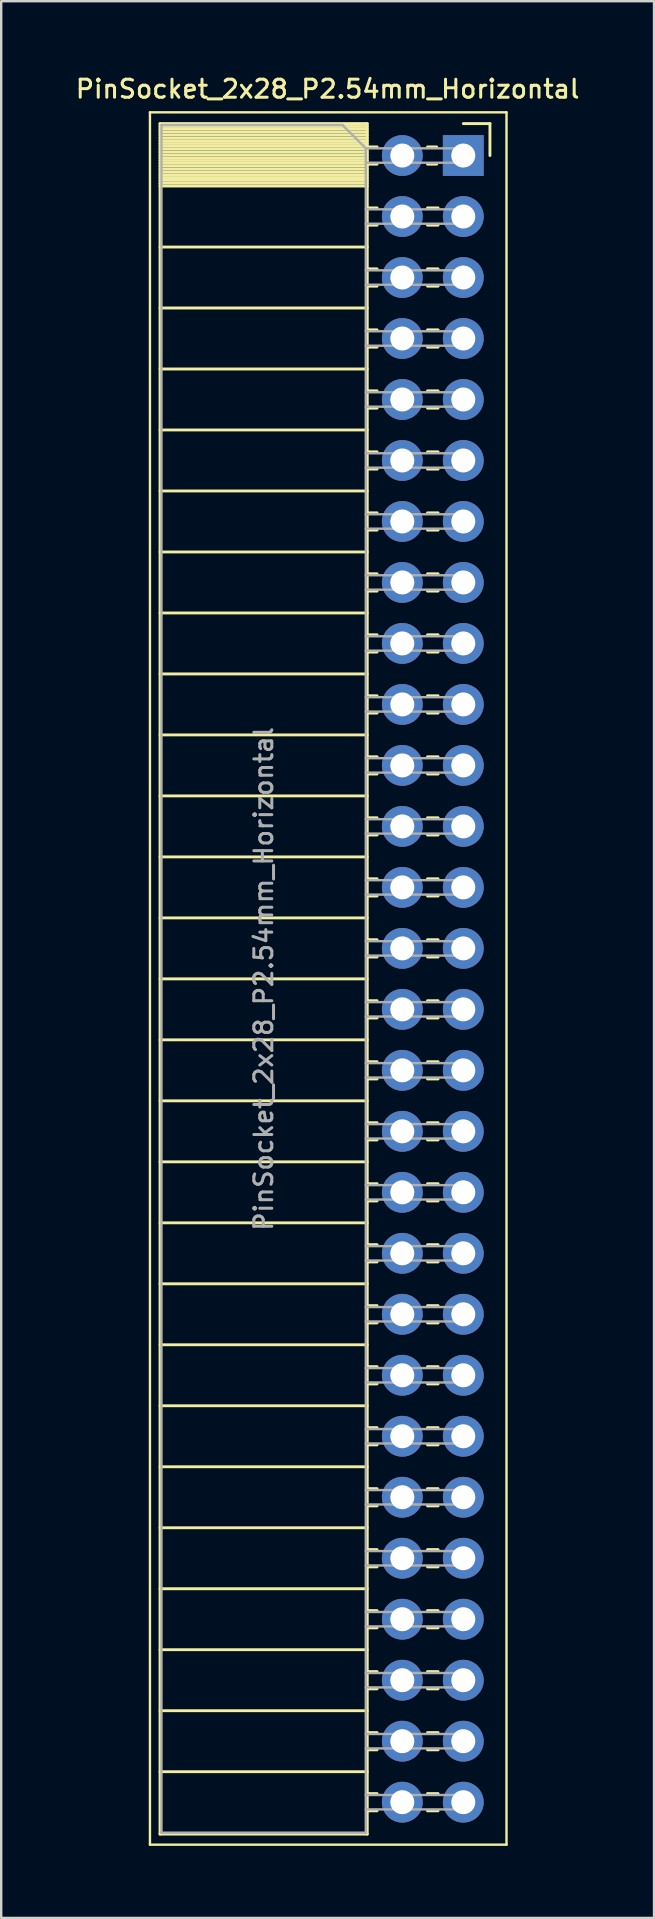
<source format=kicad_pcb>
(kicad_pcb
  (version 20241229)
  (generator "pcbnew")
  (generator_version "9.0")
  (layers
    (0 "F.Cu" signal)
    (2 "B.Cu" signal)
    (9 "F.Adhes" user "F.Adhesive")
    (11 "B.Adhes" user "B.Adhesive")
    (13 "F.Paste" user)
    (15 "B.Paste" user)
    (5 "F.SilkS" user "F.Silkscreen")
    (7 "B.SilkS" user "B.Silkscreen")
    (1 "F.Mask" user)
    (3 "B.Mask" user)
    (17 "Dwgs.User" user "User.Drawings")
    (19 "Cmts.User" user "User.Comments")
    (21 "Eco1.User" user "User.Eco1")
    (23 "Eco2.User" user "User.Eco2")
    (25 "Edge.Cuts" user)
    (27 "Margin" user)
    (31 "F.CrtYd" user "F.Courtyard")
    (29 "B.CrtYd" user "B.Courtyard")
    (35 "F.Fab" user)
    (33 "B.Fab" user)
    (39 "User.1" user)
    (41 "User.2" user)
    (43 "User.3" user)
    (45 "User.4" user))
  (footprint "PinSocket_2x28_P2.54mm_Horizontal"
    (layer "F.Cu")
    (at 16.245 3.428)
    (property "Reference" "PinSocket_2x28_P2.54mm_Horizontal" (at -5.65 -2.77 0) (layer "F.SilkS") (effects (font (size 0.75 0.75) (thickness 0.125))))
    (attr through_hole)
    (fp_line (start -13.05 -1.8) (end -13.05 70.35) (stroke (width 0.1) (type solid)) (layer "F.SilkS"))
    (fp_line (start -13.05 70.35) (end 1.8 70.35) (stroke (width 0.1) (type solid)) (layer "F.SilkS"))
    (fp_line (start -12.63 -1.33) (end -12.63 69.91) (stroke (width 0.12) (type solid)) (layer "F.SilkS"))
    (fp_line (start -12.63 -1.33) (end -4 -1.33) (stroke (width 0.12) (type solid)) (layer "F.SilkS"))
    (fp_line (start -12.63 -1.21) (end -4 -1.21) (stroke (width 0.12) (type solid)) (layer "F.SilkS"))
    (fp_line (start -12.63 -1.092) (end -4 -1.092) (stroke (width 0.12) (type solid)) (layer "F.SilkS"))
    (fp_line (start -12.63 -0.974) (end -4 -0.974) (stroke (width 0.12) (type solid)) (layer "F.SilkS"))
    (fp_line (start -12.63 -0.856) (end -4 -0.856) (stroke (width 0.12) (type solid)) (layer "F.SilkS"))
    (fp_line (start -12.63 -0.738) (end -4 -0.738) (stroke (width 0.12) (type solid)) (layer "F.SilkS"))
    (fp_line (start -12.63 -0.62) (end -4 -0.62) (stroke (width 0.12) (type solid)) (layer "F.SilkS"))
    (fp_line (start -12.63 -0.501) (end -4 -0.501) (stroke (width 0.12) (type solid)) (layer "F.SilkS"))
    (fp_line (start -12.63 -0.383) (end -4 -0.383) (stroke (width 0.12) (type solid)) (layer "F.SilkS"))
    (fp_line (start -12.63 -0.265) (end -4 -0.265) (stroke (width 0.12) (type solid)) (layer "F.SilkS"))
    (fp_line (start -12.63 -0.147) (end -4 -0.147) (stroke (width 0.12) (type solid)) (layer "F.SilkS"))
    (fp_line (start -12.63 -0.029) (end -4 -0.029) (stroke (width 0.12) (type solid)) (layer "F.SilkS"))
    (fp_line (start -12.63 0.089) (end -4 0.089) (stroke (width 0.12) (type solid)) (layer "F.SilkS"))
    (fp_line (start -12.63 0.207) (end -4 0.207) (stroke (width 0.12) (type solid)) (layer "F.SilkS"))
    (fp_line (start -12.63 0.325) (end -4 0.325) (stroke (width 0.12) (type solid)) (layer "F.SilkS"))
    (fp_line (start -12.63 0.443) (end -4 0.443) (stroke (width 0.12) (type solid)) (layer "F.SilkS"))
    (fp_line (start -12.63 0.561) (end -4 0.561) (stroke (width 0.12) (type solid)) (layer "F.SilkS"))
    (fp_line (start -12.63 0.68) (end -4 0.68) (stroke (width 0.12) (type solid)) (layer "F.SilkS"))
    (fp_line (start -12.63 0.798) (end -4 0.798) (stroke (width 0.12) (type solid)) (layer "F.SilkS"))
    (fp_line (start -12.63 0.916) (end -4 0.916) (stroke (width 0.12) (type solid)) (layer "F.SilkS"))
    (fp_line (start -12.63 1.034) (end -4 1.034) (stroke (width 0.12) (type solid)) (layer "F.SilkS"))
    (fp_line (start -12.63 1.152) (end -4 1.152) (stroke (width 0.12) (type solid)) (layer "F.SilkS"))
    (fp_line (start -12.63 1.27) (end -4 1.27) (stroke (width 0.12) (type solid)) (layer "F.SilkS"))
    (fp_line (start -12.63 3.81) (end -4 3.81) (stroke (width 0.12) (type solid)) (layer "F.SilkS"))
    (fp_line (start -12.63 6.35) (end -4 6.35) (stroke (width 0.12) (type solid)) (layer "F.SilkS"))
    (fp_line (start -12.63 8.89) (end -4 8.89) (stroke (width 0.12) (type solid)) (layer "F.SilkS"))
    (fp_line (start -12.63 11.43) (end -4 11.43) (stroke (width 0.12) (type solid)) (layer "F.SilkS"))
    (fp_line (start -12.63 13.97) (end -4 13.97) (stroke (width 0.12) (type solid)) (layer "F.SilkS"))
    (fp_line (start -12.63 16.51) (end -4 16.51) (stroke (width 0.12) (type solid)) (layer "F.SilkS"))
    (fp_line (start -12.63 19.05) (end -4 19.05) (stroke (width 0.12) (type solid)) (layer "F.SilkS"))
    (fp_line (start -12.63 21.59) (end -4 21.59) (stroke (width 0.12) (type solid)) (layer "F.SilkS"))
    (fp_line (start -12.63 24.13) (end -4 24.13) (stroke (width 0.12) (type solid)) (layer "F.SilkS"))
    (fp_line (start -12.63 26.67) (end -4 26.67) (stroke (width 0.12) (type solid)) (layer "F.SilkS"))
    (fp_line (start -12.63 29.21) (end -4 29.21) (stroke (width 0.12) (type solid)) (layer "F.SilkS"))
    (fp_line (start -12.63 31.75) (end -4 31.75) (stroke (width 0.12) (type solid)) (layer "F.SilkS"))
    (fp_line (start -12.63 34.29) (end -4 34.29) (stroke (width 0.12) (type solid)) (layer "F.SilkS"))
    (fp_line (start -12.63 36.83) (end -4 36.83) (stroke (width 0.12) (type solid)) (layer "F.SilkS"))
    (fp_line (start -12.63 39.37) (end -4 39.37) (stroke (width 0.12) (type solid)) (layer "F.SilkS"))
    (fp_line (start -12.63 41.91) (end -4 41.91) (stroke (width 0.12) (type solid)) (layer "F.SilkS"))
    (fp_line (start -12.63 44.45) (end -4 44.45) (stroke (width 0.12) (type solid)) (layer "F.SilkS"))
    (fp_line (start -12.63 46.99) (end -4 46.99) (stroke (width 0.12) (type solid)) (layer "F.SilkS"))
    (fp_line (start -12.63 49.53) (end -4 49.53) (stroke (width 0.12) (type solid)) (layer "F.SilkS"))
    (fp_line (start -12.63 52.07) (end -4 52.07) (stroke (width 0.12) (type solid)) (layer "F.SilkS"))
    (fp_line (start -12.63 54.61) (end -4 54.61) (stroke (width 0.12) (type solid)) (layer "F.SilkS"))
    (fp_line (start -12.63 57.15) (end -4 57.15) (stroke (width 0.12) (type solid)) (layer "F.SilkS"))
    (fp_line (start -12.63 59.69) (end -4 59.69) (stroke (width 0.12) (type solid)) (layer "F.SilkS"))
    (fp_line (start -12.63 62.23) (end -4 62.23) (stroke (width 0.12) (type solid)) (layer "F.SilkS"))
    (fp_line (start -12.63 64.77) (end -4 64.77) (stroke (width 0.12) (type solid)) (layer "F.SilkS"))
    (fp_line (start -12.63 67.31) (end -4 67.31) (stroke (width 0.12) (type solid)) (layer "F.SilkS"))
    (fp_line (start -12.63 69.91) (end -4 69.91) (stroke (width 0.12) (type solid)) (layer "F.SilkS"))
    (fp_line (start -4 -1.33) (end -4 69.91) (stroke (width 0.12) (type solid)) (layer "F.SilkS"))
    (fp_line (start -4 -0.36) (end -3.59 -0.36) (stroke (width 0.12) (type solid)) (layer "F.SilkS"))
    (fp_line (start -4 0.36) (end -3.59 0.36) (stroke (width 0.12) (type solid)) (layer "F.SilkS"))
    (fp_line (start -4 2.18) (end -3.59 2.18) (stroke (width 0.12) (type solid)) (layer "F.SilkS"))
    (fp_line (start -4 2.9) (end -3.59 2.9) (stroke (width 0.12) (type solid)) (layer "F.SilkS"))
    (fp_line (start -4 4.72) (end -3.59 4.72) (stroke (width 0.12) (type solid)) (layer "F.SilkS"))
    (fp_line (start -4 5.44) (end -3.59 5.44) (stroke (width 0.12) (type solid)) (layer "F.SilkS"))
    (fp_line (start -4 7.26) (end -3.59 7.26) (stroke (width 0.12) (type solid)) (layer "F.SilkS"))
    (fp_line (start -4 7.98) (end -3.59 7.98) (stroke (width 0.12) (type solid)) (layer "F.SilkS"))
    (fp_line (start -4 9.8) (end -3.59 9.8) (stroke (width 0.12) (type solid)) (layer "F.SilkS"))
    (fp_line (start -4 10.52) (end -3.59 10.52) (stroke (width 0.12) (type solid)) (layer "F.SilkS"))
    (fp_line (start -4 12.34) (end -3.59 12.34) (stroke (width 0.12) (type solid)) (layer "F.SilkS"))
    (fp_line (start -4 13.06) (end -3.59 13.06) (stroke (width 0.12) (type solid)) (layer "F.SilkS"))
    (fp_line (start -4 14.88) (end -3.59 14.88) (stroke (width 0.12) (type solid)) (layer "F.SilkS"))
    (fp_line (start -4 15.6) (end -3.59 15.6) (stroke (width 0.12) (type solid)) (layer "F.SilkS"))
    (fp_line (start -4 17.42) (end -3.59 17.42) (stroke (width 0.12) (type solid)) (layer "F.SilkS"))
    (fp_line (start -4 18.14) (end -3.59 18.14) (stroke (width 0.12) (type solid)) (layer "F.SilkS"))
    (fp_line (start -4 19.96) (end -3.59 19.96) (stroke (width 0.12) (type solid)) (layer "F.SilkS"))
    (fp_line (start -4 20.68) (end -3.59 20.68) (stroke (width 0.12) (type solid)) (layer "F.SilkS"))
    (fp_line (start -4 22.5) (end -3.59 22.5) (stroke (width 0.12) (type solid)) (layer "F.SilkS"))
    (fp_line (start -4 23.22) (end -3.59 23.22) (stroke (width 0.12) (type solid)) (layer "F.SilkS"))
    (fp_line (start -4 25.04) (end -3.59 25.04) (stroke (width 0.12) (type solid)) (layer "F.SilkS"))
    (fp_line (start -4 25.76) (end -3.59 25.76) (stroke (width 0.12) (type solid)) (layer "F.SilkS"))
    (fp_line (start -4 27.58) (end -3.59 27.58) (stroke (width 0.12) (type solid)) (layer "F.SilkS"))
    (fp_line (start -4 28.3) (end -3.59 28.3) (stroke (width 0.12) (type solid)) (layer "F.SilkS"))
    (fp_line (start -4 30.12) (end -3.59 30.12) (stroke (width 0.12) (type solid)) (layer "F.SilkS"))
    (fp_line (start -4 30.84) (end -3.59 30.84) (stroke (width 0.12) (type solid)) (layer "F.SilkS"))
    (fp_line (start -4 32.66) (end -3.59 32.66) (stroke (width 0.12) (type solid)) (layer "F.SilkS"))
    (fp_line (start -4 33.38) (end -3.59 33.38) (stroke (width 0.12) (type solid)) (layer "F.SilkS"))
    (fp_line (start -4 35.2) (end -3.59 35.2) (stroke (width 0.12) (type solid)) (layer "F.SilkS"))
    (fp_line (start -4 35.92) (end -3.59 35.92) (stroke (width 0.12) (type solid)) (layer "F.SilkS"))
    (fp_line (start -4 37.74) (end -3.59 37.74) (stroke (width 0.12) (type solid)) (layer "F.SilkS"))
    (fp_line (start -4 38.46) (end -3.59 38.46) (stroke (width 0.12) (type solid)) (layer "F.SilkS"))
    (fp_line (start -4 40.28) (end -3.59 40.28) (stroke (width 0.12) (type solid)) (layer "F.SilkS"))
    (fp_line (start -4 41) (end -3.59 41) (stroke (width 0.12) (type solid)) (layer "F.SilkS"))
    (fp_line (start -4 42.82) (end -3.59 42.82) (stroke (width 0.12) (type solid)) (layer "F.SilkS"))
    (fp_line (start -4 43.54) (end -3.59 43.54) (stroke (width 0.12) (type solid)) (layer "F.SilkS"))
    (fp_line (start -4 45.36) (end -3.59 45.36) (stroke (width 0.12) (type solid)) (layer "F.SilkS"))
    (fp_line (start -4 46.08) (end -3.59 46.08) (stroke (width 0.12) (type solid)) (layer "F.SilkS"))
    (fp_line (start -4 47.9) (end -3.59 47.9) (stroke (width 0.12) (type solid)) (layer "F.SilkS"))
    (fp_line (start -4 48.62) (end -3.59 48.62) (stroke (width 0.12) (type solid)) (layer "F.SilkS"))
    (fp_line (start -4 50.44) (end -3.59 50.44) (stroke (width 0.12) (type solid)) (layer "F.SilkS"))
    (fp_line (start -4 51.16) (end -3.59 51.16) (stroke (width 0.12) (type solid)) (layer "F.SilkS"))
    (fp_line (start -4 52.98) (end -3.59 52.98) (stroke (width 0.12) (type solid)) (layer "F.SilkS"))
    (fp_line (start -4 53.7) (end -3.59 53.7) (stroke (width 0.12) (type solid)) (layer "F.SilkS"))
    (fp_line (start -4 55.52) (end -3.59 55.52) (stroke (width 0.12) (type solid)) (layer "F.SilkS"))
    (fp_line (start -4 56.24) (end -3.59 56.24) (stroke (width 0.12) (type solid)) (layer "F.SilkS"))
    (fp_line (start -4 58.06) (end -3.59 58.06) (stroke (width 0.12) (type solid)) (layer "F.SilkS"))
    (fp_line (start -4 58.78) (end -3.59 58.78) (stroke (width 0.12) (type solid)) (layer "F.SilkS"))
    (fp_line (start -4 60.6) (end -3.59 60.6) (stroke (width 0.12) (type solid)) (layer "F.SilkS"))
    (fp_line (start -4 61.32) (end -3.59 61.32) (stroke (width 0.12) (type solid)) (layer "F.SilkS"))
    (fp_line (start -4 63.14) (end -3.59 63.14) (stroke (width 0.12) (type solid)) (layer "F.SilkS"))
    (fp_line (start -4 63.86) (end -3.59 63.86) (stroke (width 0.12) (type solid)) (layer "F.SilkS"))
    (fp_line (start -4 65.68) (end -3.59 65.68) (stroke (width 0.12) (type solid)) (layer "F.SilkS"))
    (fp_line (start -4 66.4) (end -3.59 66.4) (stroke (width 0.12) (type solid)) (layer "F.SilkS"))
    (fp_line (start -4 68.22) (end -3.59 68.22) (stroke (width 0.12) (type solid)) (layer "F.SilkS"))
    (fp_line (start -4 68.94) (end -3.59 68.94) (stroke (width 0.12) (type solid)) (layer "F.SilkS"))
    (fp_line (start -1.49 -0.36) (end -1.11 -0.36) (stroke (width 0.12) (type solid)) (layer "F.SilkS"))
    (fp_line (start -1.49 0.36) (end -1.11 0.36) (stroke (width 0.12) (type solid)) (layer "F.SilkS"))
    (fp_line (start -1.49 2.18) (end -1.05 2.18) (stroke (width 0.12) (type solid)) (layer "F.SilkS"))
    (fp_line (start -1.49 2.9) (end -1.05 2.9) (stroke (width 0.12) (type solid)) (layer "F.SilkS"))
    (fp_line (start -1.49 4.72) (end -1.05 4.72) (stroke (width 0.12) (type solid)) (layer "F.SilkS"))
    (fp_line (start -1.49 5.44) (end -1.05 5.44) (stroke (width 0.12) (type solid)) (layer "F.SilkS"))
    (fp_line (start -1.49 7.26) (end -1.05 7.26) (stroke (width 0.12) (type solid)) (layer "F.SilkS"))
    (fp_line (start -1.49 7.98) (end -1.05 7.98) (stroke (width 0.12) (type solid)) (layer "F.SilkS"))
    (fp_line (start -1.49 9.8) (end -1.05 9.8) (stroke (width 0.12) (type solid)) (layer "F.SilkS"))
    (fp_line (start -1.49 10.52) (end -1.05 10.52) (stroke (width 0.12) (type solid)) (layer "F.SilkS"))
    (fp_line (start -1.49 12.34) (end -1.05 12.34) (stroke (width 0.12) (type solid)) (layer "F.SilkS"))
    (fp_line (start -1.49 13.06) (end -1.05 13.06) (stroke (width 0.12) (type solid)) (layer "F.SilkS"))
    (fp_line (start -1.49 14.88) (end -1.05 14.88) (stroke (width 0.12) (type solid)) (layer "F.SilkS"))
    (fp_line (start -1.49 15.6) (end -1.05 15.6) (stroke (width 0.12) (type solid)) (layer "F.SilkS"))
    (fp_line (start -1.49 17.42) (end -1.05 17.42) (stroke (width 0.12) (type solid)) (layer "F.SilkS"))
    (fp_line (start -1.49 18.14) (end -1.05 18.14) (stroke (width 0.12) (type solid)) (layer "F.SilkS"))
    (fp_line (start -1.49 19.96) (end -1.05 19.96) (stroke (width 0.12) (type solid)) (layer "F.SilkS"))
    (fp_line (start -1.49 20.68) (end -1.05 20.68) (stroke (width 0.12) (type solid)) (layer "F.SilkS"))
    (fp_line (start -1.49 22.5) (end -1.05 22.5) (stroke (width 0.12) (type solid)) (layer "F.SilkS"))
    (fp_line (start -1.49 23.22) (end -1.05 23.22) (stroke (width 0.12) (type solid)) (layer "F.SilkS"))
    (fp_line (start -1.49 25.04) (end -1.05 25.04) (stroke (width 0.12) (type solid)) (layer "F.SilkS"))
    (fp_line (start -1.49 25.76) (end -1.05 25.76) (stroke (width 0.12) (type solid)) (layer "F.SilkS"))
    (fp_line (start -1.49 27.58) (end -1.05 27.58) (stroke (width 0.12) (type solid)) (layer "F.SilkS"))
    (fp_line (start -1.49 28.3) (end -1.05 28.3) (stroke (width 0.12) (type solid)) (layer "F.SilkS"))
    (fp_line (start -1.49 30.12) (end -1.05 30.12) (stroke (width 0.12) (type solid)) (layer "F.SilkS"))
    (fp_line (start -1.49 30.84) (end -1.05 30.84) (stroke (width 0.12) (type solid)) (layer "F.SilkS"))
    (fp_line (start -1.49 32.66) (end -1.05 32.66) (stroke (width 0.12) (type solid)) (layer "F.SilkS"))
    (fp_line (start -1.49 33.38) (end -1.05 33.38) (stroke (width 0.12) (type solid)) (layer "F.SilkS"))
    (fp_line (start -1.49 35.2) (end -1.05 35.2) (stroke (width 0.12) (type solid)) (layer "F.SilkS"))
    (fp_line (start -1.49 35.92) (end -1.05 35.92) (stroke (width 0.12) (type solid)) (layer "F.SilkS"))
    (fp_line (start -1.49 37.74) (end -1.05 37.74) (stroke (width 0.12) (type solid)) (layer "F.SilkS"))
    (fp_line (start -1.49 38.46) (end -1.05 38.46) (stroke (width 0.12) (type solid)) (layer "F.SilkS"))
    (fp_line (start -1.49 40.28) (end -1.05 40.28) (stroke (width 0.12) (type solid)) (layer "F.SilkS"))
    (fp_line (start -1.49 41) (end -1.05 41) (stroke (width 0.12) (type solid)) (layer "F.SilkS"))
    (fp_line (start -1.49 42.82) (end -1.05 42.82) (stroke (width 0.12) (type solid)) (layer "F.SilkS"))
    (fp_line (start -1.49 43.54) (end -1.05 43.54) (stroke (width 0.12) (type solid)) (layer "F.SilkS"))
    (fp_line (start -1.49 45.36) (end -1.05 45.36) (stroke (width 0.12) (type solid)) (layer "F.SilkS"))
    (fp_line (start -1.49 46.08) (end -1.05 46.08) (stroke (width 0.12) (type solid)) (layer "F.SilkS"))
    (fp_line (start -1.49 47.9) (end -1.05 47.9) (stroke (width 0.12) (type solid)) (layer "F.SilkS"))
    (fp_line (start -1.49 48.62) (end -1.05 48.62) (stroke (width 0.12) (type solid)) (layer "F.SilkS"))
    (fp_line (start -1.49 50.44) (end -1.05 50.44) (stroke (width 0.12) (type solid)) (layer "F.SilkS"))
    (fp_line (start -1.49 51.16) (end -1.05 51.16) (stroke (width 0.12) (type solid)) (layer "F.SilkS"))
    (fp_line (start -1.49 52.98) (end -1.05 52.98) (stroke (width 0.12) (type solid)) (layer "F.SilkS"))
    (fp_line (start -1.49 53.7) (end -1.05 53.7) (stroke (width 0.12) (type solid)) (layer "F.SilkS"))
    (fp_line (start -1.49 55.52) (end -1.05 55.52) (stroke (width 0.12) (type solid)) (layer "F.SilkS"))
    (fp_line (start -1.49 56.24) (end -1.05 56.24) (stroke (width 0.12) (type solid)) (layer "F.SilkS"))
    (fp_line (start -1.49 58.06) (end -1.05 58.06) (stroke (width 0.12) (type solid)) (layer "F.SilkS"))
    (fp_line (start -1.49 58.78) (end -1.05 58.78) (stroke (width 0.12) (type solid)) (layer "F.SilkS"))
    (fp_line (start -1.49 60.6) (end -1.05 60.6) (stroke (width 0.12) (type solid)) (layer "F.SilkS"))
    (fp_line (start -1.49 61.32) (end -1.05 61.32) (stroke (width 0.12) (type solid)) (layer "F.SilkS"))
    (fp_line (start -1.49 63.14) (end -1.05 63.14) (stroke (width 0.12) (type solid)) (layer "F.SilkS"))
    (fp_line (start -1.49 63.86) (end -1.05 63.86) (stroke (width 0.12) (type solid)) (layer "F.SilkS"))
    (fp_line (start -1.49 65.68) (end -1.05 65.68) (stroke (width 0.12) (type solid)) (layer "F.SilkS"))
    (fp_line (start -1.49 66.4) (end -1.05 66.4) (stroke (width 0.12) (type solid)) (layer "F.SilkS"))
    (fp_line (start -1.49 68.22) (end -1.05 68.22) (stroke (width 0.12) (type solid)) (layer "F.SilkS"))
    (fp_line (start -1.49 68.94) (end -1.05 68.94) (stroke (width 0.12) (type solid)) (layer "F.SilkS"))
    (fp_line (start 0 -1.33) (end 1.11 -1.33) (stroke (width 0.12) (type solid)) (layer "F.SilkS"))
    (fp_line (start 1.11 -1.33) (end 1.11 0) (stroke (width 0.12) (type solid)) (layer "F.SilkS"))
    (fp_line (start 1.8 -1.8) (end -13.05 -1.8) (stroke (width 0.1) (type solid)) (layer "F.SilkS"))
    (fp_line (start 1.8 70.35) (end 1.8 -1.8) (stroke (width 0.1) (type solid)) (layer "F.SilkS"))
    (fp_line (start -12.57 -1.27) (end -5.03 -1.27) (stroke (width 0.1) (type solid)) (layer "F.Fab"))
    (fp_line (start -12.57 69.85) (end -12.57 -1.27) (stroke (width 0.1) (type solid)) (layer "F.Fab"))
    (fp_line (start -5.03 -1.27) (end -4.06 -0.3) (stroke (width 0.1) (type solid)) (layer "F.Fab"))
    (fp_line (start -4.06 -0.3) (end -4.06 69.85) (stroke (width 0.1) (type solid)) (layer "F.Fab"))
    (fp_line (start -4.06 0.3) (end 0 0.3) (stroke (width 0.1) (type solid)) (layer "F.Fab"))
    (fp_line (start -4.06 2.84) (end 0 2.84) (stroke (width 0.1) (type solid)) (layer "F.Fab"))
    (fp_line (start -4.06 5.38) (end 0 5.38) (stroke (width 0.1) (type solid)) (layer "F.Fab"))
    (fp_line (start -4.06 7.92) (end 0 7.92) (stroke (width 0.1) (type solid)) (layer "F.Fab"))
    (fp_line (start -4.06 10.46) (end 0 10.46) (stroke (width 0.1) (type solid)) (layer "F.Fab"))
    (fp_line (start -4.06 13) (end 0 13) (stroke (width 0.1) (type solid)) (layer "F.Fab"))
    (fp_line (start -4.06 15.54) (end 0 15.54) (stroke (width 0.1) (type solid)) (layer "F.Fab"))
    (fp_line (start -4.06 18.08) (end 0 18.08) (stroke (width 0.1) (type solid)) (layer "F.Fab"))
    (fp_line (start -4.06 20.62) (end 0 20.62) (stroke (width 0.1) (type solid)) (layer "F.Fab"))
    (fp_line (start -4.06 23.16) (end 0 23.16) (stroke (width 0.1) (type solid)) (layer "F.Fab"))
    (fp_line (start -4.06 25.7) (end 0 25.7) (stroke (width 0.1) (type solid)) (layer "F.Fab"))
    (fp_line (start -4.06 28.24) (end 0 28.24) (stroke (width 0.1) (type solid)) (layer "F.Fab"))
    (fp_line (start -4.06 30.78) (end 0 30.78) (stroke (width 0.1) (type solid)) (layer "F.Fab"))
    (fp_line (start -4.06 33.32) (end 0 33.32) (stroke (width 0.1) (type solid)) (layer "F.Fab"))
    (fp_line (start -4.06 35.86) (end 0 35.86) (stroke (width 0.1) (type solid)) (layer "F.Fab"))
    (fp_line (start -4.06 38.4) (end 0 38.4) (stroke (width 0.1) (type solid)) (layer "F.Fab"))
    (fp_line (start -4.06 40.94) (end 0 40.94) (stroke (width 0.1) (type solid)) (layer "F.Fab"))
    (fp_line (start -4.06 43.48) (end 0 43.48) (stroke (width 0.1) (type solid)) (layer "F.Fab"))
    (fp_line (start -4.06 46.02) (end 0 46.02) (stroke (width 0.1) (type solid)) (layer "F.Fab"))
    (fp_line (start -4.06 48.56) (end 0 48.56) (stroke (width 0.1) (type solid)) (layer "F.Fab"))
    (fp_line (start -4.06 51.1) (end 0 51.1) (stroke (width 0.1) (type solid)) (layer "F.Fab"))
    (fp_line (start -4.06 53.64) (end 0 53.64) (stroke (width 0.1) (type solid)) (layer "F.Fab"))
    (fp_line (start -4.06 56.18) (end 0 56.18) (stroke (width 0.1) (type solid)) (layer "F.Fab"))
    (fp_line (start -4.06 58.72) (end 0 58.72) (stroke (width 0.1) (type solid)) (layer "F.Fab"))
    (fp_line (start -4.06 61.26) (end 0 61.26) (stroke (width 0.1) (type solid)) (layer "F.Fab"))
    (fp_line (start -4.06 63.8) (end 0 63.8) (stroke (width 0.1) (type solid)) (layer "F.Fab"))
    (fp_line (start -4.06 66.34) (end 0 66.34) (stroke (width 0.1) (type solid)) (layer "F.Fab"))
    (fp_line (start -4.06 68.88) (end 0 68.88) (stroke (width 0.1) (type solid)) (layer "F.Fab"))
    (fp_line (start -4.06 69.85) (end -12.57 69.85) (stroke (width 0.1) (type solid)) (layer "F.Fab"))
    (fp_line (start 0 -0.3) (end -4.06 -0.3) (stroke (width 0.1) (type solid)) (layer "F.Fab"))
    (fp_line (start 0 0.3) (end 0 -0.3) (stroke (width 0.1) (type solid)) (layer "F.Fab"))
    (fp_line (start 0 2.24) (end -4.06 2.24) (stroke (width 0.1) (type solid)) (layer "F.Fab"))
    (fp_line (start 0 2.84) (end 0 2.24) (stroke (width 0.1) (type solid)) (layer "F.Fab"))
    (fp_line (start 0 4.78) (end -4.06 4.78) (stroke (width 0.1) (type solid)) (layer "F.Fab"))
    (fp_line (start 0 5.38) (end 0 4.78) (stroke (width 0.1) (type solid)) (layer "F.Fab"))
    (fp_line (start 0 7.32) (end -4.06 7.32) (stroke (width 0.1) (type solid)) (layer "F.Fab"))
    (fp_line (start 0 7.92) (end 0 7.32) (stroke (width 0.1) (type solid)) (layer "F.Fab"))
    (fp_line (start 0 9.86) (end -4.06 9.86) (stroke (width 0.1) (type solid)) (layer "F.Fab"))
    (fp_line (start 0 10.46) (end 0 9.86) (stroke (width 0.1) (type solid)) (layer "F.Fab"))
    (fp_line (start 0 12.4) (end -4.06 12.4) (stroke (width 0.1) (type solid)) (layer "F.Fab"))
    (fp_line (start 0 13) (end 0 12.4) (stroke (width 0.1) (type solid)) (layer "F.Fab"))
    (fp_line (start 0 14.94) (end -4.06 14.94) (stroke (width 0.1) (type solid)) (layer "F.Fab"))
    (fp_line (start 0 15.54) (end 0 14.94) (stroke (width 0.1) (type solid)) (layer "F.Fab"))
    (fp_line (start 0 17.48) (end -4.06 17.48) (stroke (width 0.1) (type solid)) (layer "F.Fab"))
    (fp_line (start 0 18.08) (end 0 17.48) (stroke (width 0.1) (type solid)) (layer "F.Fab"))
    (fp_line (start 0 20.02) (end -4.06 20.02) (stroke (width 0.1) (type solid)) (layer "F.Fab"))
    (fp_line (start 0 20.62) (end 0 20.02) (stroke (width 0.1) (type solid)) (layer "F.Fab"))
    (fp_line (start 0 22.56) (end -4.06 22.56) (stroke (width 0.1) (type solid)) (layer "F.Fab"))
    (fp_line (start 0 23.16) (end 0 22.56) (stroke (width 0.1) (type solid)) (layer "F.Fab"))
    (fp_line (start 0 25.1) (end -4.06 25.1) (stroke (width 0.1) (type solid)) (layer "F.Fab"))
    (fp_line (start 0 25.7) (end 0 25.1) (stroke (width 0.1) (type solid)) (layer "F.Fab"))
    (fp_line (start 0 27.64) (end -4.06 27.64) (stroke (width 0.1) (type solid)) (layer "F.Fab"))
    (fp_line (start 0 28.24) (end 0 27.64) (stroke (width 0.1) (type solid)) (layer "F.Fab"))
    (fp_line (start 0 30.18) (end -4.06 30.18) (stroke (width 0.1) (type solid)) (layer "F.Fab"))
    (fp_line (start 0 30.78) (end 0 30.18) (stroke (width 0.1) (type solid)) (layer "F.Fab"))
    (fp_line (start 0 32.72) (end -4.06 32.72) (stroke (width 0.1) (type solid)) (layer "F.Fab"))
    (fp_line (start 0 33.32) (end 0 32.72) (stroke (width 0.1) (type solid)) (layer "F.Fab"))
    (fp_line (start 0 35.26) (end -4.06 35.26) (stroke (width 0.1) (type solid)) (layer "F.Fab"))
    (fp_line (start 0 35.86) (end 0 35.26) (stroke (width 0.1) (type solid)) (layer "F.Fab"))
    (fp_line (start 0 37.8) (end -4.06 37.8) (stroke (width 0.1) (type solid)) (layer "F.Fab"))
    (fp_line (start 0 38.4) (end 0 37.8) (stroke (width 0.1) (type solid)) (layer "F.Fab"))
    (fp_line (start 0 40.34) (end -4.06 40.34) (stroke (width 0.1) (type solid)) (layer "F.Fab"))
    (fp_line (start 0 40.94) (end 0 40.34) (stroke (width 0.1) (type solid)) (layer "F.Fab"))
    (fp_line (start 0 42.88) (end -4.06 42.88) (stroke (width 0.1) (type solid)) (layer "F.Fab"))
    (fp_line (start 0 43.48) (end 0 42.88) (stroke (width 0.1) (type solid)) (layer "F.Fab"))
    (fp_line (start 0 45.42) (end -4.06 45.42) (stroke (width 0.1) (type solid)) (layer "F.Fab"))
    (fp_line (start 0 46.02) (end 0 45.42) (stroke (width 0.1) (type solid)) (layer "F.Fab"))
    (fp_line (start 0 47.96) (end -4.06 47.96) (stroke (width 0.1) (type solid)) (layer "F.Fab"))
    (fp_line (start 0 48.56) (end 0 47.96) (stroke (width 0.1) (type solid)) (layer "F.Fab"))
    (fp_line (start 0 50.5) (end -4.06 50.5) (stroke (width 0.1) (type solid)) (layer "F.Fab"))
    (fp_line (start 0 51.1) (end 0 50.5) (stroke (width 0.1) (type solid)) (layer "F.Fab"))
    (fp_line (start 0 53.04) (end -4.06 53.04) (stroke (width 0.1) (type solid)) (layer "F.Fab"))
    (fp_line (start 0 53.64) (end 0 53.04) (stroke (width 0.1) (type solid)) (layer "F.Fab"))
    (fp_line (start 0 55.58) (end -4.06 55.58) (stroke (width 0.1) (type solid)) (layer "F.Fab"))
    (fp_line (start 0 56.18) (end 0 55.58) (stroke (width 0.1) (type solid)) (layer "F.Fab"))
    (fp_line (start 0 58.12) (end -4.06 58.12) (stroke (width 0.1) (type solid)) (layer "F.Fab"))
    (fp_line (start 0 58.72) (end 0 58.12) (stroke (width 0.1) (type solid)) (layer "F.Fab"))
    (fp_line (start 0 60.66) (end -4.06 60.66) (stroke (width 0.1) (type solid)) (layer "F.Fab"))
    (fp_line (start 0 61.26) (end 0 60.66) (stroke (width 0.1) (type solid)) (layer "F.Fab"))
    (fp_line (start 0 63.2) (end -4.06 63.2) (stroke (width 0.1) (type solid)) (layer "F.Fab"))
    (fp_line (start 0 63.8) (end 0 63.2) (stroke (width 0.1) (type solid)) (layer "F.Fab"))
    (fp_line (start 0 65.74) (end -4.06 65.74) (stroke (width 0.1) (type solid)) (layer "F.Fab"))
    (fp_line (start 0 66.34) (end 0 65.74) (stroke (width 0.1) (type solid)) (layer "F.Fab"))
    (fp_line (start 0 68.28) (end -4.06 68.28) (stroke (width 0.1) (type solid)) (layer "F.Fab"))
    (fp_line (start 0 68.88) (end 0 68.28) (stroke (width 0.1) (type solid)) (layer "F.Fab"))
    (fp_text user "${REFERENCE}" (at -8.315 34.29 90) (layer "F.Fab") (effects (font (size 0.75 0.75) (thickness 0.125))))
    (pad "1" thru_hole rect (at 0 0) (size 1.7 1.7) (drill 1) (layers "*.Cu" "*.Mask"))
    (pad "2" thru_hole oval (at -2.54 0) (size 1.7 1.7) (drill 1) (layers "*.Cu" "*.Mask"))
    (pad "3" thru_hole oval (at 0 2.54) (size 1.7 1.7) (drill 1) (layers "*.Cu" "*.Mask"))
    (pad "4" thru_hole oval (at -2.54 2.54) (size 1.7 1.7) (drill 1) (layers "*.Cu" "*.Mask"))
    (pad "5" thru_hole oval (at 0 5.08) (size 1.7 1.7) (drill 1) (layers "*.Cu" "*.Mask"))
    (pad "6" thru_hole oval (at -2.54 5.08) (size 1.7 1.7) (drill 1) (layers "*.Cu" "*.Mask"))
    (pad "7" thru_hole oval (at 0 7.62) (size 1.7 1.7) (drill 1) (layers "*.Cu" "*.Mask"))
    (pad "8" thru_hole oval (at -2.54 7.62) (size 1.7 1.7) (drill 1) (layers "*.Cu" "*.Mask"))
    (pad "9" thru_hole oval (at 0 10.16) (size 1.7 1.7) (drill 1) (layers "*.Cu" "*.Mask"))
    (pad "10" thru_hole oval (at -2.54 10.16) (size 1.7 1.7) (drill 1) (layers "*.Cu" "*.Mask"))
    (pad "11" thru_hole oval (at 0 12.7) (size 1.7 1.7) (drill 1) (layers "*.Cu" "*.Mask"))
    (pad "12" thru_hole oval (at -2.54 12.7) (size 1.7 1.7) (drill 1) (layers "*.Cu" "*.Mask"))
    (pad "13" thru_hole oval (at 0 15.24) (size 1.7 1.7) (drill 1) (layers "*.Cu" "*.Mask"))
    (pad "14" thru_hole oval (at -2.54 15.24) (size 1.7 1.7) (drill 1) (layers "*.Cu" "*.Mask"))
    (pad "15" thru_hole oval (at 0 17.78) (size 1.7 1.7) (drill 1) (layers "*.Cu" "*.Mask"))
    (pad "16" thru_hole oval (at -2.54 17.78) (size 1.7 1.7) (drill 1) (layers "*.Cu" "*.Mask"))
    (pad "17" thru_hole oval (at 0 20.32) (size 1.7 1.7) (drill 1) (layers "*.Cu" "*.Mask"))
    (pad "18" thru_hole oval (at -2.54 20.32) (size 1.7 1.7) (drill 1) (layers "*.Cu" "*.Mask"))
    (pad "19" thru_hole oval (at 0 22.86) (size 1.7 1.7) (drill 1) (layers "*.Cu" "*.Mask"))
    (pad "20" thru_hole oval (at -2.54 22.86) (size 1.7 1.7) (drill 1) (layers "*.Cu" "*.Mask"))
    (pad "21" thru_hole oval (at 0 25.4) (size 1.7 1.7) (drill 1) (layers "*.Cu" "*.Mask"))
    (pad "22" thru_hole oval (at -2.54 25.4) (size 1.7 1.7) (drill 1) (layers "*.Cu" "*.Mask"))
    (pad "23" thru_hole oval (at 0 27.94) (size 1.7 1.7) (drill 1) (layers "*.Cu" "*.Mask"))
    (pad "24" thru_hole oval (at -2.54 27.94) (size 1.7 1.7) (drill 1) (layers "*.Cu" "*.Mask"))
    (pad "25" thru_hole oval (at 0 30.48) (size 1.7 1.7) (drill 1) (layers "*.Cu" "*.Mask"))
    (pad "26" thru_hole oval (at -2.54 30.48) (size 1.7 1.7) (drill 1) (layers "*.Cu" "*.Mask"))
    (pad "27" thru_hole oval (at 0 33.02) (size 1.7 1.7) (drill 1) (layers "*.Cu" "*.Mask"))
    (pad "28" thru_hole oval (at -2.54 33.02) (size 1.7 1.7) (drill 1) (layers "*.Cu" "*.Mask"))
    (pad "29" thru_hole oval (at 0 35.56) (size 1.7 1.7) (drill 1) (layers "*.Cu" "*.Mask"))
    (pad "30" thru_hole oval (at -2.54 35.56) (size 1.7 1.7) (drill 1) (layers "*.Cu" "*.Mask"))
    (pad "31" thru_hole oval (at 0 38.1) (size 1.7 1.7) (drill 1) (layers "*.Cu" "*.Mask"))
    (pad "32" thru_hole oval (at -2.54 38.1) (size 1.7 1.7) (drill 1) (layers "*.Cu" "*.Mask"))
    (pad "33" thru_hole oval (at 0 40.64) (size 1.7 1.7) (drill 1) (layers "*.Cu" "*.Mask"))
    (pad "34" thru_hole oval (at -2.54 40.64) (size 1.7 1.7) (drill 1) (layers "*.Cu" "*.Mask"))
    (pad "35" thru_hole oval (at 0 43.18) (size 1.7 1.7) (drill 1) (layers "*.Cu" "*.Mask"))
    (pad "36" thru_hole oval (at -2.54 43.18) (size 1.7 1.7) (drill 1) (layers "*.Cu" "*.Mask"))
    (pad "37" thru_hole oval (at 0 45.72) (size 1.7 1.7) (drill 1) (layers "*.Cu" "*.Mask"))
    (pad "38" thru_hole oval (at -2.54 45.72) (size 1.7 1.7) (drill 1) (layers "*.Cu" "*.Mask"))
    (pad "39" thru_hole oval (at 0 48.26) (size 1.7 1.7) (drill 1) (layers "*.Cu" "*.Mask"))
    (pad "40" thru_hole oval (at -2.54 48.26) (size 1.7 1.7) (drill 1) (layers "*.Cu" "*.Mask"))
    (pad "41" thru_hole oval (at 0 50.8) (size 1.7 1.7) (drill 1) (layers "*.Cu" "*.Mask"))
    (pad "42" thru_hole oval (at -2.54 50.8) (size 1.7 1.7) (drill 1) (layers "*.Cu" "*.Mask"))
    (pad "43" thru_hole oval (at 0 53.34) (size 1.7 1.7) (drill 1) (layers "*.Cu" "*.Mask"))
    (pad "44" thru_hole oval (at -2.54 53.34) (size 1.7 1.7) (drill 1) (layers "*.Cu" "*.Mask"))
    (pad "45" thru_hole oval (at 0 55.88) (size 1.7 1.7) (drill 1) (layers "*.Cu" "*.Mask"))
    (pad "46" thru_hole oval (at -2.54 55.88) (size 1.7 1.7) (drill 1) (layers "*.Cu" "*.Mask"))
    (pad "47" thru_hole oval (at 0 58.42) (size 1.7 1.7) (drill 1) (layers "*.Cu" "*.Mask"))
    (pad "48" thru_hole oval (at -2.54 58.42) (size 1.7 1.7) (drill 1) (layers "*.Cu" "*.Mask"))
    (pad "49" thru_hole oval (at 0 60.96) (size 1.7 1.7) (drill 1) (layers "*.Cu" "*.Mask"))
    (pad "50" thru_hole oval (at -2.54 60.96) (size 1.7 1.7) (drill 1) (layers "*.Cu" "*.Mask"))
    (pad "51" thru_hole oval (at 0 63.5) (size 1.7 1.7) (drill 1) (layers "*.Cu" "*.Mask"))
    (pad "52" thru_hole oval (at -2.54 63.5) (size 1.7 1.7) (drill 1) (layers "*.Cu" "*.Mask"))
    (pad "53" thru_hole oval (at 0 66.04) (size 1.7 1.7) (drill 1) (layers "*.Cu" "*.Mask"))
    (pad "54" thru_hole oval (at -2.54 66.04) (size 1.7 1.7) (drill 1) (layers "*.Cu" "*.Mask"))
    (pad "55" thru_hole oval (at 0 68.58) (size 1.7 1.7) (drill 1) (layers "*.Cu" "*.Mask"))
    (pad "56" thru_hole oval (at -2.54 68.58) (size 1.7 1.7) (drill 1) (layers "*.Cu" "*.Mask")))
  (gr_rect
    (start -3 -3)
    (end 24.189 76.828)
    (stroke (width 0.1) (type default))
    (fill no)
    (layer "Edge.Cuts")))
</source>
